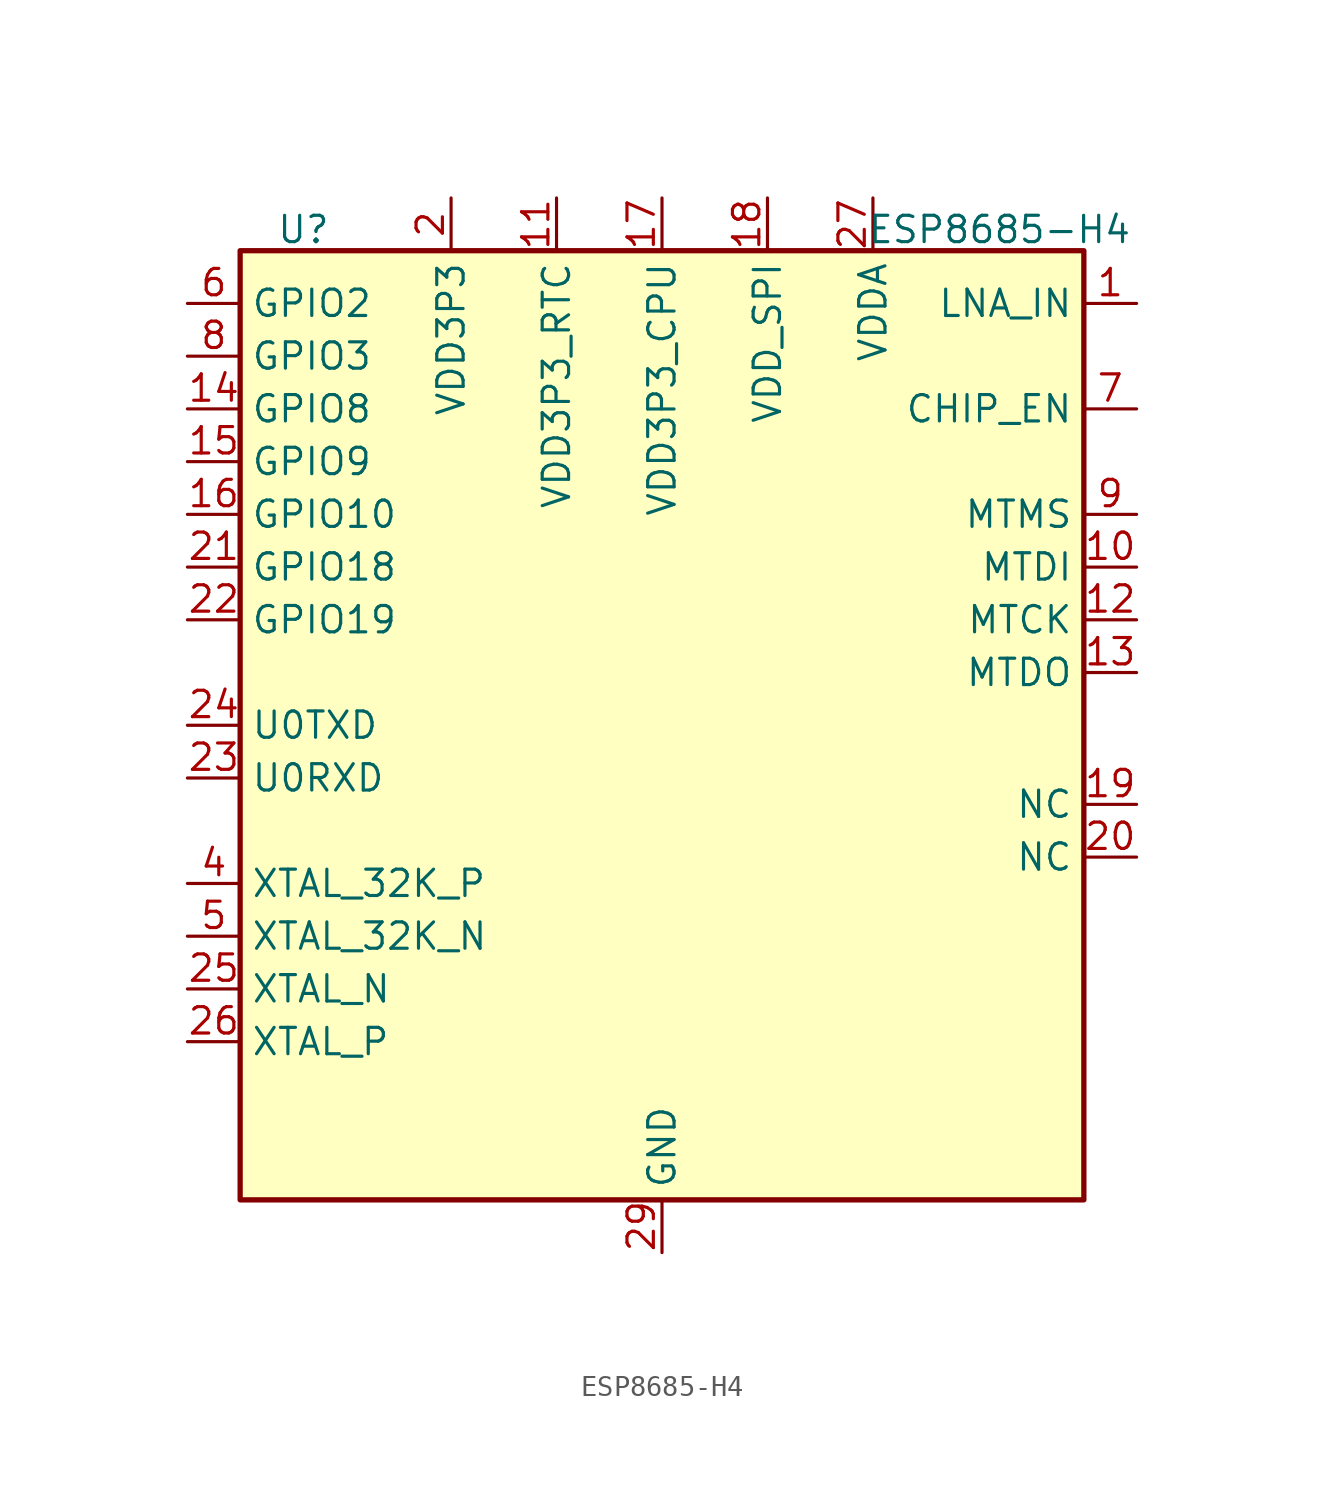
<source format=kicad_sym>
(kicad_symbol_lib
  (version 20241209)
  (generator "kicad_symbol_editor")
  (generator_version "9.0")
  (symbol "ESP8685-H4"
    (property "Reference" "U"
      (at -17.272 23.876 0)
      (effects (font (size 1.27 1.27))))
    (property "Value" "ESP8685-H4"
      (at 16.256 23.876 0)
      (effects (font (size 1.27 1.27))))
    (symbol "ESP8685-H4_1_1"
      (rectangle (start -20.32 22.86) (end 20.32 -22.86) (stroke (width 0.254) (type default)) (fill (type background)))
      (pin bidirectional line (at -22.86 20.32 0) (length 2.54) (name "GPIO2" (effects (font (size 1.27 1.27)))) (number "6" (effects (font (size 1.27 1.27)))))
      (pin bidirectional line (at -22.86 17.78 0) (length 2.54) (name "GPIO3" (effects (font (size 1.27 1.27)))) (number "8" (effects (font (size 1.27 1.27)))))
      (pin bidirectional line (at -22.86 15.24 0) (length 2.54) (name "GPIO8" (effects (font (size 1.27 1.27)))) (number "14" (effects (font (size 1.27 1.27)))))
      (pin bidirectional line (at -22.86 12.7 0) (length 2.54) (name "GPIO9" (effects (font (size 1.27 1.27)))) (number "15" (effects (font (size 1.27 1.27)))))
      (pin bidirectional line (at -22.86 10.16 0) (length 2.54) (name "GPIO10" (effects (font (size 1.27 1.27)))) (number "16" (effects (font (size 1.27 1.27)))))
      (pin bidirectional line (at -22.86 7.62 0) (length 2.54) (name "GPIO18" (effects (font (size 1.27 1.27)))) (number "21" (effects (font (size 1.27 1.27)))))
      (pin bidirectional line (at -22.86 5.08 0) (length 2.54) (name "GPIO19" (effects (font (size 1.27 1.27)))) (number "22" (effects (font (size 1.27 1.27)))))
      (pin bidirectional line (at -22.86 0 0) (length 2.54) (name "U0TXD" (effects (font (size 1.27 1.27)))) (number "24" (effects (font (size 1.27 1.27)))))
      (pin bidirectional line (at -22.86 -2.54 0) (length 2.54) (name "U0RXD" (effects (font (size 1.27 1.27)))) (number "23" (effects (font (size 1.27 1.27)))))
      (pin bidirectional line (at -22.86 -7.62 0) (length 2.54) (name "XTAL_32K_P" (effects (font (size 1.27 1.27)))) (number "4" (effects (font (size 1.27 1.27)))))
      (pin bidirectional line (at -22.86 -10.16 0) (length 2.54) (name "XTAL_32K_N" (effects (font (size 1.27 1.27)))) (number "5" (effects (font (size 1.27 1.27)))))
      (pin bidirectional line (at -22.86 -12.7 0) (length 2.54) (name "XTAL_N" (effects (font (size 1.27 1.27)))) (number "25" (effects (font (size 1.27 1.27)))))
      (pin bidirectional line (at -22.86 -15.24 0) (length 2.54) (name "XTAL_P" (effects (font (size 1.27 1.27)))) (number "26" (effects (font (size 1.27 1.27)))))
      (pin power_in line (at -10.16 25.4 270) (length 2.54) (name "VDD3P3" (effects (font (size 1.27 1.27)))) (number "2" (effects (font (size 1.27 1.27)))))
      (pin passive line (at -10.16 25.4 270) (length 2.54) (hide yes) (name "VDD3P3" (effects (font (size 1.27 1.27)))) (number "3" (effects (font (size 1.27 1.27)))))
      (pin power_in line (at -5.08 25.4 270) (length 2.54) (name "VDD3P3_RTC" (effects (font (size 1.27 1.27)))) (number "11" (effects (font (size 1.27 1.27)))))
      (pin power_in line (at 0 25.4 270) (length 2.54) (name "VDD3P3_CPU" (effects (font (size 1.27 1.27)))) (number "17" (effects (font (size 1.27 1.27)))))
      (pin power_in line (at 0 -25.4 90) (length 2.54) (name "GND" (effects (font (size 1.27 1.27)))) (number "29" (effects (font (size 1.27 1.27)))))
      (pin power_out line (at 5.08 25.4 270) (length 2.54) (name "VDD_SPI" (effects (font (size 1.27 1.27)))) (number "18" (effects (font (size 1.27 1.27)))))
      (pin power_in line (at 10.16 25.4 270) (length 2.54) (name "VDDA" (effects (font (size 1.27 1.27)))) (number "27" (effects (font (size 1.27 1.27)))))
      (pin passive line (at 10.16 25.4 270) (length 2.54) (hide yes) (name "VDDA" (effects (font (size 1.27 1.27)))) (number "28" (effects (font (size 1.27 1.27)))))
      (pin bidirectional line (at 22.86 20.32 180) (length 2.54) (name "LNA_IN" (effects (font (size 1.27 1.27)))) (number "1" (effects (font (size 1.27 1.27)))))
      (pin bidirectional line (at 22.86 15.24 180) (length 2.54) (name "CHIP_EN" (effects (font (size 1.27 1.27)))) (number "7" (effects (font (size 1.27 1.27)))))
      (pin bidirectional line (at 22.86 10.16 180) (length 2.54) (name "MTMS" (effects (font (size 1.27 1.27)))) (number "9" (effects (font (size 1.27 1.27)))))
      (pin bidirectional line (at 22.86 7.62 180) (length 2.54) (name "MTDI" (effects (font (size 1.27 1.27)))) (number "10" (effects (font (size 1.27 1.27)))))
      (pin bidirectional line (at 22.86 5.08 180) (length 2.54) (name "MTCK" (effects (font (size 1.27 1.27)))) (number "12" (effects (font (size 1.27 1.27)))))
      (pin bidirectional line (at 22.86 2.54 180) (length 2.54) (name "MTDO" (effects (font (size 1.27 1.27)))) (number "13" (effects (font (size 1.27 1.27)))))
      (pin passive line (at 22.86 -3.81 180) (length 2.54) (name "NC" (effects (font (size 1.27 1.27)))) (number "19" (effects (font (size 1.27 1.27)))))
      (pin passive line (at 22.86 -6.35 180) (length 2.54) (name "NC" (effects (font (size 1.27 1.27)))) (number "20" (effects (font (size 1.27 1.27))))))))
</source>
